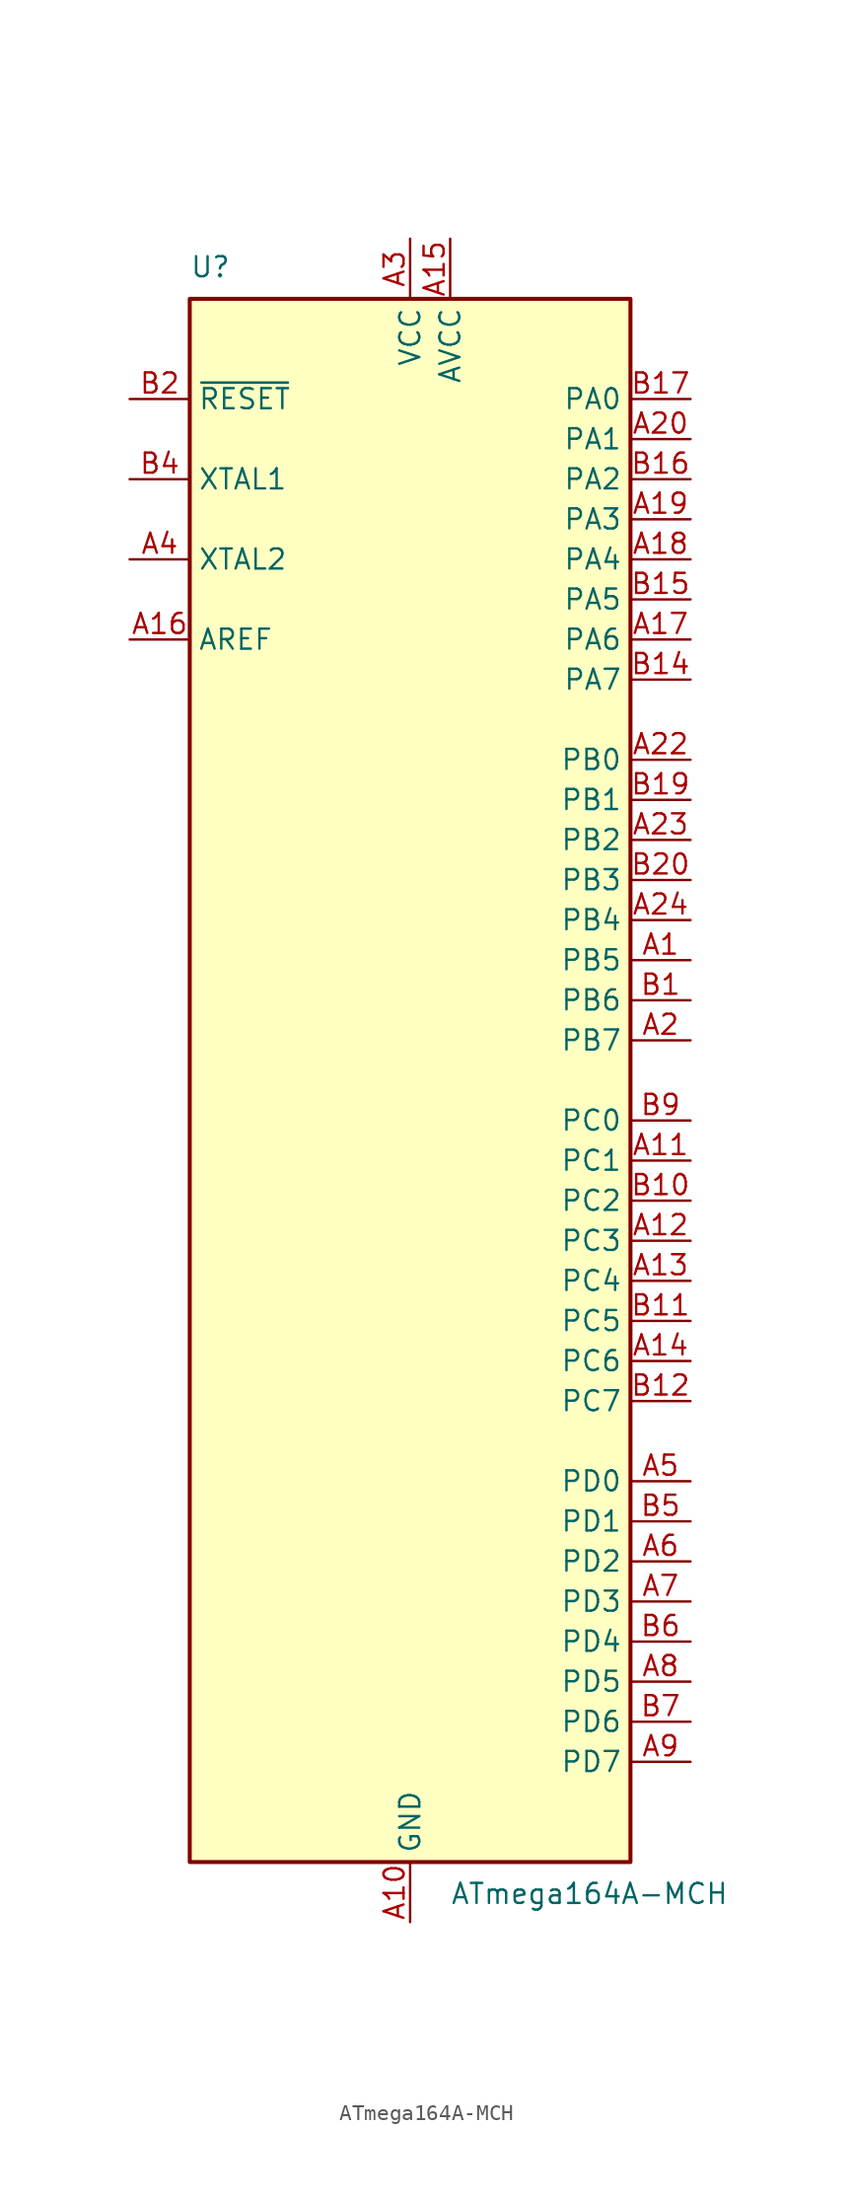
<source format=kicad_sym>
(kicad_symbol_lib
  (version 20211014)
  (generator kicad_symbol_editor)
  (symbol "ATmega164A-MCH"
    (property "Reference" "U"
      (at -13.97 50.8 0)
      (effects (font (size 1.27 1.27)) (justify left bottom)))
    (property "Value" "ATmega164A-MCH"
      (at 2.54 -50.8 0)
      (effects (font (size 1.27 1.27)) (justify left top)))
    (symbol "ATmega164A-MCH_0_1"
      (rectangle (start -13.97 -49.53) (end 13.97 49.53) (stroke (width 0.254) (type default) (color 0 0 0 0)) (fill (type background))))
    (symbol "ATmega164A-MCH_1_1"
      (pin bidirectional line (at 17.78 7.62 180) (length 3.81) (name "PB5" (effects (font (size 1.27 1.27)))) (number "A1" (effects (font (size 1.27 1.27)))))
      (pin power_in line (at 0 -53.34 90) (length 3.81) (name "GND" (effects (font (size 1.27 1.27)))) (number "A10" (effects (font (size 1.27 1.27)))))
      (pin bidirectional line (at 17.78 -5.08 180) (length 3.81) (name "PC1" (effects (font (size 1.27 1.27)))) (number "A11" (effects (font (size 1.27 1.27)))))
      (pin bidirectional line (at 17.78 -10.16 180) (length 3.81) (name "PC3" (effects (font (size 1.27 1.27)))) (number "A12" (effects (font (size 1.27 1.27)))))
      (pin bidirectional line (at 17.78 -12.7 180) (length 3.81) (name "PC4" (effects (font (size 1.27 1.27)))) (number "A13" (effects (font (size 1.27 1.27)))))
      (pin bidirectional line (at 17.78 -17.78 180) (length 3.81) (name "PC6" (effects (font (size 1.27 1.27)))) (number "A14" (effects (font (size 1.27 1.27)))))
      (pin power_in line (at 2.54 53.34 270) (length 3.81) (name "AVCC" (effects (font (size 1.27 1.27)))) (number "A15" (effects (font (size 1.27 1.27)))))
      (pin passive line (at -17.78 27.94 0) (length 3.81) (name "AREF" (effects (font (size 1.27 1.27)))) (number "A16" (effects (font (size 1.27 1.27)))))
      (pin bidirectional line (at 17.78 27.94 180) (length 3.81) (name "PA6" (effects (font (size 1.27 1.27)))) (number "A17" (effects (font (size 1.27 1.27)))))
      (pin bidirectional line (at 17.78 33.02 180) (length 3.81) (name "PA4" (effects (font (size 1.27 1.27)))) (number "A18" (effects (font (size 1.27 1.27)))))
      (pin bidirectional line (at 17.78 35.56 180) (length 3.81) (name "PA3" (effects (font (size 1.27 1.27)))) (number "A19" (effects (font (size 1.27 1.27)))))
      (pin bidirectional line (at 17.78 2.54 180) (length 3.81) (name "PB7" (effects (font (size 1.27 1.27)))) (number "A2" (effects (font (size 1.27 1.27)))))
      (pin bidirectional line (at 17.78 40.64 180) (length 3.81) (name "PA1" (effects (font (size 1.27 1.27)))) (number "A20" (effects (font (size 1.27 1.27)))))
      (pin passive line (at 0 53.34 270) (length 3.81) hide (name "VCC" (effects (font (size 1.27 1.27)))) (number "A21" (effects (font (size 1.27 1.27)))))
      (pin bidirectional line (at 17.78 20.32 180) (length 3.81) (name "PB0" (effects (font (size 1.27 1.27)))) (number "A22" (effects (font (size 1.27 1.27)))))
      (pin bidirectional line (at 17.78 15.24 180) (length 3.81) (name "PB2" (effects (font (size 1.27 1.27)))) (number "A23" (effects (font (size 1.27 1.27)))))
      (pin bidirectional line (at 17.78 10.16 180) (length 3.81) (name "PB4" (effects (font (size 1.27 1.27)))) (number "A24" (effects (font (size 1.27 1.27)))))
      (pin power_in line (at 0 53.34 270) (length 3.81) (name "VCC" (effects (font (size 1.27 1.27)))) (number "A3" (effects (font (size 1.27 1.27)))))
      (pin output line (at -17.78 33.02 0) (length 3.81) (name "XTAL2" (effects (font (size 1.27 1.27)))) (number "A4" (effects (font (size 1.27 1.27)))))
      (pin bidirectional line (at 17.78 -25.4 180) (length 3.81) (name "PD0" (effects (font (size 1.27 1.27)))) (number "A5" (effects (font (size 1.27 1.27)))))
      (pin bidirectional line (at 17.78 -30.48 180) (length 3.81) (name "PD2" (effects (font (size 1.27 1.27)))) (number "A6" (effects (font (size 1.27 1.27)))))
      (pin bidirectional line (at 17.78 -33.02 180) (length 3.81) (name "PD3" (effects (font (size 1.27 1.27)))) (number "A7" (effects (font (size 1.27 1.27)))))
      (pin bidirectional line (at 17.78 -38.1 180) (length 3.81) (name "PD5" (effects (font (size 1.27 1.27)))) (number "A8" (effects (font (size 1.27 1.27)))))
      (pin bidirectional line (at 17.78 -43.18 180) (length 3.81) (name "PD7" (effects (font (size 1.27 1.27)))) (number "A9" (effects (font (size 1.27 1.27)))))
      (pin bidirectional line (at 17.78 5.08 180) (length 3.81) (name "PB6" (effects (font (size 1.27 1.27)))) (number "B1" (effects (font (size 1.27 1.27)))))
      (pin bidirectional line (at 17.78 -7.62 180) (length 3.81) (name "PC2" (effects (font (size 1.27 1.27)))) (number "B10" (effects (font (size 1.27 1.27)))))
      (pin bidirectional line (at 17.78 -15.24 180) (length 3.81) (name "PC5" (effects (font (size 1.27 1.27)))) (number "B11" (effects (font (size 1.27 1.27)))))
      (pin bidirectional line (at 17.78 -20.32 180) (length 3.81) (name "PC7" (effects (font (size 1.27 1.27)))) (number "B12" (effects (font (size 1.27 1.27)))))
      (pin passive line (at 0 -53.34 90) (length 3.81) hide (name "GND" (effects (font (size 1.27 1.27)))) (number "B13" (effects (font (size 1.27 1.27)))))
      (pin bidirectional line (at 17.78 25.4 180) (length 3.81) (name "PA7" (effects (font (size 1.27 1.27)))) (number "B14" (effects (font (size 1.27 1.27)))))
      (pin bidirectional line (at 17.78 30.48 180) (length 3.81) (name "PA5" (effects (font (size 1.27 1.27)))) (number "B15" (effects (font (size 1.27 1.27)))))
      (pin bidirectional line (at 17.78 38.1 180) (length 3.81) (name "PA2" (effects (font (size 1.27 1.27)))) (number "B16" (effects (font (size 1.27 1.27)))))
      (pin bidirectional line (at 17.78 43.18 180) (length 3.81) (name "PA0" (effects (font (size 1.27 1.27)))) (number "B17" (effects (font (size 1.27 1.27)))))
      (pin passive line (at 0 -53.34 90) (length 3.81) hide (name "GND" (effects (font (size 1.27 1.27)))) (number "B18" (effects (font (size 1.27 1.27)))))
      (pin bidirectional line (at 17.78 17.78 180) (length 3.81) (name "PB1" (effects (font (size 1.27 1.27)))) (number "B19" (effects (font (size 1.27 1.27)))))
      (pin input line (at -17.78 43.18 0) (length 3.81) (name "~{RESET}" (effects (font (size 1.27 1.27)))) (number "B2" (effects (font (size 1.27 1.27)))))
      (pin bidirectional line (at 17.78 12.7 180) (length 3.81) (name "PB3" (effects (font (size 1.27 1.27)))) (number "B20" (effects (font (size 1.27 1.27)))))
      (pin passive line (at 0 -53.34 90) (length 3.81) hide (name "GND" (effects (font (size 1.27 1.27)))) (number "B3" (effects (font (size 1.27 1.27)))))
      (pin input line (at -17.78 38.1 0) (length 3.81) (name "XTAL1" (effects (font (size 1.27 1.27)))) (number "B4" (effects (font (size 1.27 1.27)))))
      (pin bidirectional line (at 17.78 -27.94 180) (length 3.81) (name "PD1" (effects (font (size 1.27 1.27)))) (number "B5" (effects (font (size 1.27 1.27)))))
      (pin bidirectional line (at 17.78 -35.56 180) (length 3.81) (name "PD4" (effects (font (size 1.27 1.27)))) (number "B6" (effects (font (size 1.27 1.27)))))
      (pin bidirectional line (at 17.78 -40.64 180) (length 3.81) (name "PD6" (effects (font (size 1.27 1.27)))) (number "B7" (effects (font (size 1.27 1.27)))))
      (pin passive line (at 0 53.34 270) (length 3.81) hide (name "VCC" (effects (font (size 1.27 1.27)))) (number "B8" (effects (font (size 1.27 1.27)))))
      (pin bidirectional line (at 17.78 -2.54 180) (length 3.81) (name "PC0" (effects (font (size 1.27 1.27)))) (number "B9" (effects (font (size 1.27 1.27)))))
      (pin passive line (at 0 -53.34 90) (length 3.81) hide (name "GND" (effects (font (size 1.27 1.27)))) (number "EP" (effects (font (size 1.27 1.27))))))))
</source>
